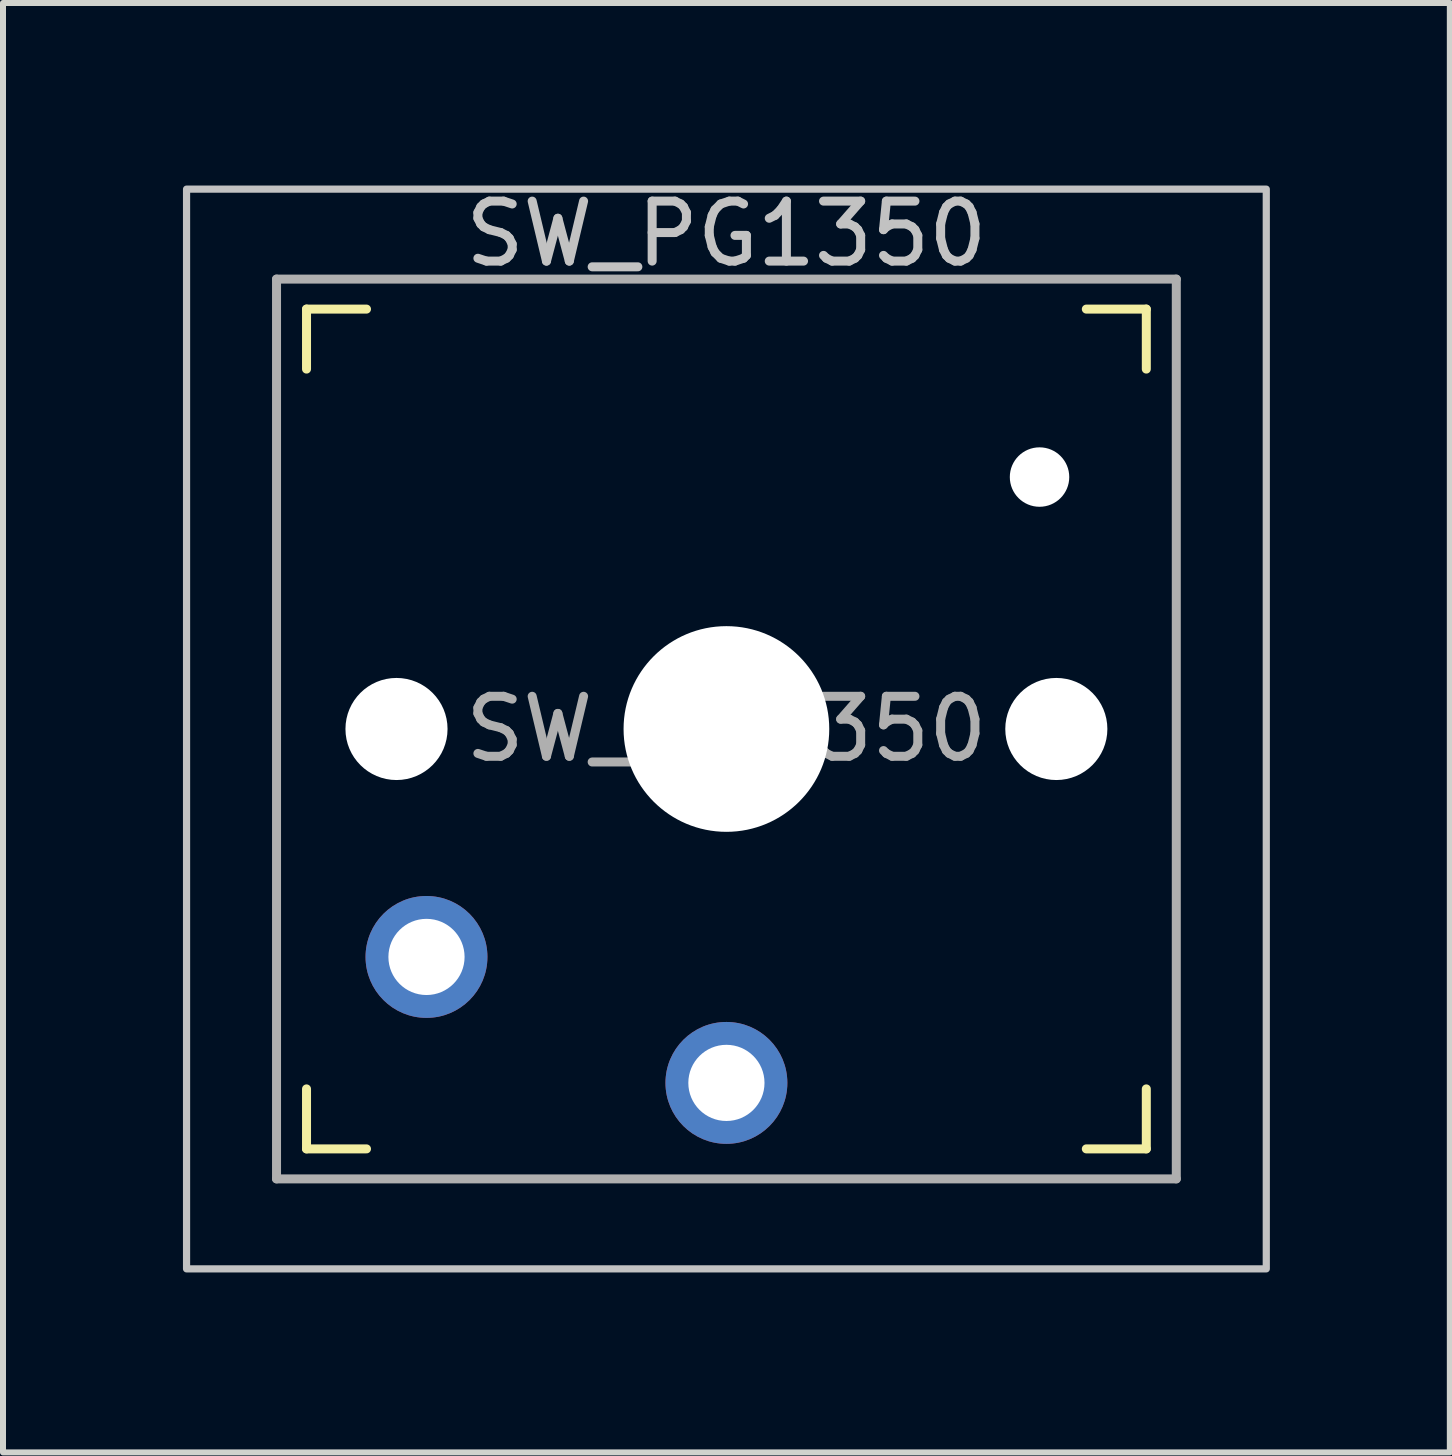
<source format=kicad_pcb>
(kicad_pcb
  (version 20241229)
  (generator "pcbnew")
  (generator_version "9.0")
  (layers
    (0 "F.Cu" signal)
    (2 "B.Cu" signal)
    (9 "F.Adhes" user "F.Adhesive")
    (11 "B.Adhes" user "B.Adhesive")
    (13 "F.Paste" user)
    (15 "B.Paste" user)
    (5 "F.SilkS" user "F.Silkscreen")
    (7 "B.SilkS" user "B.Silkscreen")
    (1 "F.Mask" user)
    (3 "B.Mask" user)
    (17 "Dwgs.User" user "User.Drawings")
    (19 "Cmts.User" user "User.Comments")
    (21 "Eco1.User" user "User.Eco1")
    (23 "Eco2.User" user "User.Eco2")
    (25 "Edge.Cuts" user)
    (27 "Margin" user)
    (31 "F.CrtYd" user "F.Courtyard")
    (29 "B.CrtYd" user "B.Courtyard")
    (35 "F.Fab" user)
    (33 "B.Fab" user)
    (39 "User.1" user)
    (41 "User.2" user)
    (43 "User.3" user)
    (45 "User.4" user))
  (footprint "SW_PG1350"
    (layer "F.Cu")
    (at 9.06 9.103)
    (property "Reference" "SW_PG1350" (at 0 -8.255 0) (layer "Dwgs.User") (effects (font (size 1 1) (thickness 0.15))))
    (attr through_hole)
    (fp_line (start -7 -6) (end -7 -7) (stroke (width 0.15) (type solid)) (layer "F.SilkS"))
    (fp_line (start -7 7) (end -7 6) (stroke (width 0.15) (type solid)) (layer "F.SilkS"))
    (fp_line (start -7 7) (end -6 7) (stroke (width 0.15) (type solid)) (layer "F.SilkS"))
    (fp_line (start -6 -7) (end -7 -7) (stroke (width 0.15) (type solid)) (layer "F.SilkS"))
    (fp_line (start 6 7) (end 7 7) (stroke (width 0.15) (type solid)) (layer "F.SilkS"))
    (fp_line (start 7 -7) (end 6 -7) (stroke (width 0.15) (type solid)) (layer "F.SilkS"))
    (fp_line (start 7 -7) (end 7 -6) (stroke (width 0.15) (type solid)) (layer "F.SilkS"))
    (fp_line (start 7 6) (end 7 7) (stroke (width 0.15) (type solid)) (layer "F.SilkS"))
    (fp_rect (start -9 -9) (end 9 9) (stroke (width 0.12) (type default)) (fill no) (layer "Dwgs.User"))
    (fp_line (start -6.9 6.9) (end -6.9 -6.9) (stroke (width 0.15) (type solid)) (layer "Eco2.User"))
    (fp_line (start -6.9 6.9) (end 6.9 6.9) (stroke (width 0.15) (type solid)) (layer "Eco2.User"))
    (fp_line (start -2.6 -3.1) (end -2.6 -6.3) (stroke (width 0.15) (type solid)) (layer "Eco2.User"))
    (fp_line (start -2.6 -3.1) (end 2.6 -3.1) (stroke (width 0.15) (type solid)) (layer "Eco2.User"))
    (fp_line (start 2.6 -6.3) (end -2.6 -6.3) (stroke (width 0.15) (type solid)) (layer "Eco2.User"))
    (fp_line (start 2.6 -3.1) (end 2.6 -6.3) (stroke (width 0.15) (type solid)) (layer "Eco2.User"))
    (fp_line (start 6.9 -6.9) (end -6.9 -6.9) (stroke (width 0.15) (type solid)) (layer "Eco2.User"))
    (fp_line (start 6.9 -6.9) (end 6.9 6.9) (stroke (width 0.15) (type solid)) (layer "Eco2.User"))
    (fp_line (start -7.5 -7.5) (end 7.5 -7.5) (stroke (width 0.15) (type solid)) (layer "F.Fab"))
    (fp_line (start -7.5 7.5) (end -7.5 -7.5) (stroke (width 0.15) (type solid)) (layer "F.Fab"))
    (fp_line (start 7.5 -7.5) (end 7.5 7.5) (stroke (width 0.15) (type solid)) (layer "F.Fab"))
    (fp_line (start 7.5 7.5) (end -7.5 7.5) (stroke (width 0.15) (type solid)) (layer "F.Fab"))
    (fp_text user "${REFERENCE}" (at 0 0 0) (layer "F.Fab") (effects (font (size 1 1) (thickness 0.15))))
    (pad "" np_thru_hole circle (at -5.5 0) (size 1.702 1.702) (drill 1.702) (layers "*.Cu" "*.Mask"))
    (pad "" np_thru_hole circle (at 0 0) (size 3.429 3.429) (drill 3.429) (layers "*.Cu" "*.Mask"))
    (pad "" np_thru_hole circle (at 5.22 -4.2) (size 0.991 0.991) (drill 0.991) (layers "*.Cu" "*.Mask"))
    (pad "" np_thru_hole circle (at 5.5 0) (size 1.702 1.702) (drill 1.702) (layers "*.Cu" "*.Mask"))
    (pad "1" thru_hole circle (at 0 5.9) (size 2.032 2.032) (drill 1.27) (layers "*.Cu" "*.Mask"))
    (pad "2" thru_hole circle (at -5 3.8) (size 2.032 2.032) (drill 1.27) (layers "*.Cu" "*.Mask")))
  (gr_rect
    (start -3 -3)
    (end 21.12 21.163)
    (stroke (width 0.1) (type default))
    (fill no)
    (layer "Edge.Cuts")))
</source>
